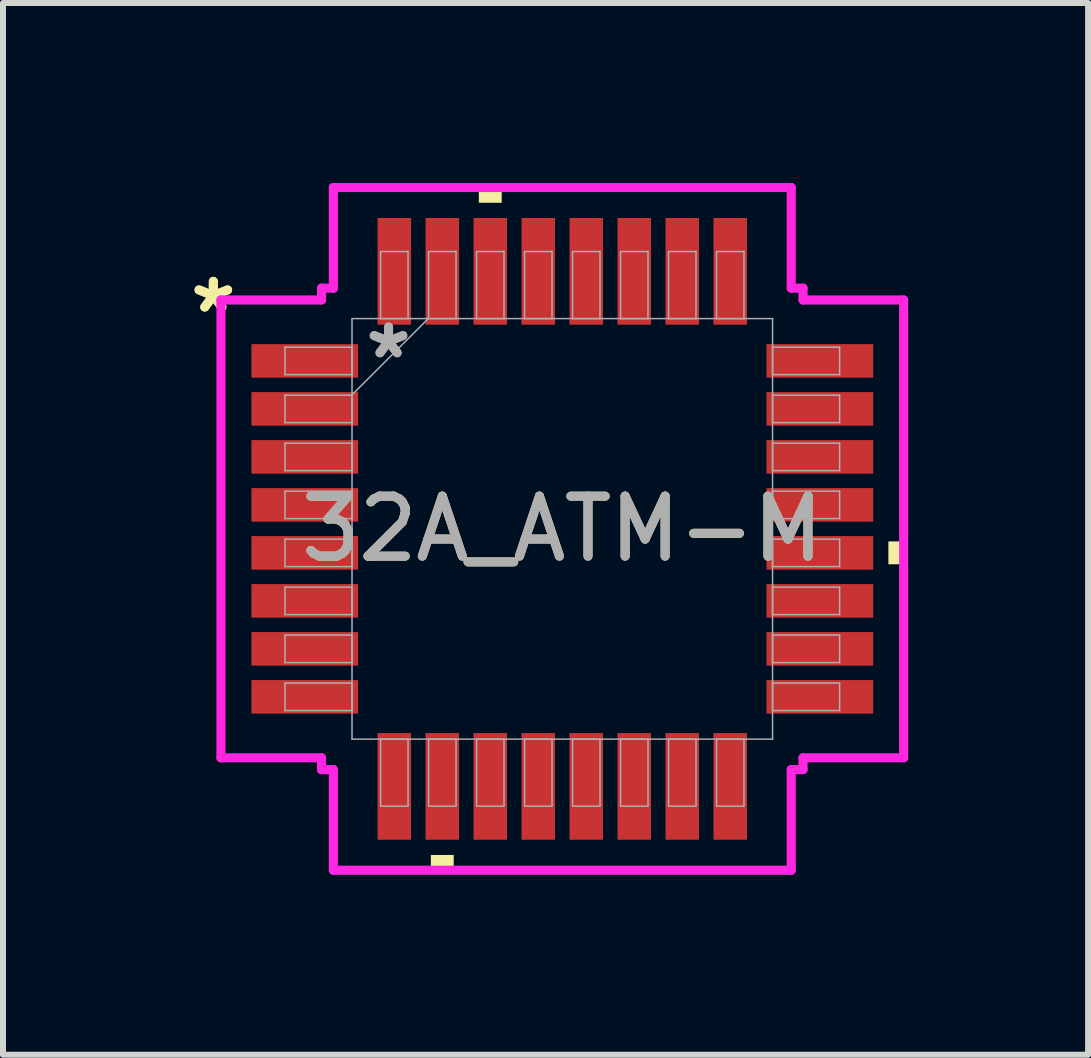
<source format=kicad_pcb>
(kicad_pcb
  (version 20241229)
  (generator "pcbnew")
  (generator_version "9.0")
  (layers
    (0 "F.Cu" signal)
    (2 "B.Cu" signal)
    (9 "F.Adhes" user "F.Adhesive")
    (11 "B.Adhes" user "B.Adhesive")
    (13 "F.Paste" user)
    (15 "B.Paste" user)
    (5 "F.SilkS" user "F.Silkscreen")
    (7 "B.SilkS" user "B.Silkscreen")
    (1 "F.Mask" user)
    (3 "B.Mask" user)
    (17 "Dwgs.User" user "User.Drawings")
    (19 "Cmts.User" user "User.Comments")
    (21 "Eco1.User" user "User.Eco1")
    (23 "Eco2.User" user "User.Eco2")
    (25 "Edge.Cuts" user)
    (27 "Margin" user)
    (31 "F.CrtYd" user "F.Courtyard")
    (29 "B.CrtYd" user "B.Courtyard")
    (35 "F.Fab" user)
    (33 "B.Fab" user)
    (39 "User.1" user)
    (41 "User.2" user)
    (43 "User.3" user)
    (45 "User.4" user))
  (footprint "32A_ATM-M"
    (layer "F.Cu")
    (at 6.323 5.766)
    (property "Reference" "32A_ATM-M" (at 0 0 0) (unlocked yes) (layer "F.SilkS") (effects (font (size 1 1) (thickness 0.15))))
    (attr smd)
    (fp_poly (pts (xy -2.191 5.436) (xy -2.191 5.69) (xy -1.81 5.69) (xy -1.81 5.436)) (stroke (width 0) (type solid)) (fill yes) (layer "F.SilkS"))
    (fp_poly (pts (xy -1.391 -5.436) (xy -1.391 -5.69) (xy -1.01 -5.69) (xy -1.01 -5.436)) (stroke (width 0) (type solid)) (fill yes) (layer "F.SilkS"))
    (fp_poly (pts (xy 5.69 0.209) (xy 5.69 0.59) (xy 5.436 0.59) (xy 5.436 0.209)) (stroke (width 0) (type solid)) (fill yes) (layer "F.SilkS"))
    (fp_line (start -5.69 -3.816) (end -4.013 -3.816) (stroke (width 0.152) (type solid)) (layer "F.CrtYd"))
    (fp_line (start -5.69 3.816) (end -5.69 -3.816) (stroke (width 0.152) (type solid)) (layer "F.CrtYd"))
    (fp_line (start -5.69 3.816) (end -4.013 3.816) (stroke (width 0.152) (type solid)) (layer "F.CrtYd"))
    (fp_line (start -4.013 -4.013) (end -3.816 -4.013) (stroke (width 0.152) (type solid)) (layer "F.CrtYd"))
    (fp_line (start -4.013 -3.816) (end -4.013 -4.013) (stroke (width 0.152) (type solid)) (layer "F.CrtYd"))
    (fp_line (start -4.013 4.013) (end -4.013 3.816) (stroke (width 0.152) (type solid)) (layer "F.CrtYd"))
    (fp_line (start -3.816 -5.69) (end 3.816 -5.69) (stroke (width 0.152) (type solid)) (layer "F.CrtYd"))
    (fp_line (start -3.816 -4.013) (end -3.816 -5.69) (stroke (width 0.152) (type solid)) (layer "F.CrtYd"))
    (fp_line (start -3.816 4.013) (end -4.013 4.013) (stroke (width 0.152) (type solid)) (layer "F.CrtYd"))
    (fp_line (start -3.816 5.69) (end -3.816 4.013) (stroke (width 0.152) (type solid)) (layer "F.CrtYd"))
    (fp_line (start 3.816 -5.69) (end 3.816 -4.013) (stroke (width 0.152) (type solid)) (layer "F.CrtYd"))
    (fp_line (start 3.816 -4.013) (end 4.013 -4.013) (stroke (width 0.152) (type solid)) (layer "F.CrtYd"))
    (fp_line (start 3.816 4.013) (end 3.816 5.69) (stroke (width 0.152) (type solid)) (layer "F.CrtYd"))
    (fp_line (start 3.816 5.69) (end -3.816 5.69) (stroke (width 0.152) (type solid)) (layer "F.CrtYd"))
    (fp_line (start 4.013 -4.013) (end 4.013 -3.816) (stroke (width 0.152) (type solid)) (layer "F.CrtYd"))
    (fp_line (start 4.013 -3.816) (end 5.69 -3.816) (stroke (width 0.152) (type solid)) (layer "F.CrtYd"))
    (fp_line (start 4.013 3.816) (end 4.013 4.013) (stroke (width 0.152) (type solid)) (layer "F.CrtYd"))
    (fp_line (start 4.013 4.013) (end 3.816 4.013) (stroke (width 0.152) (type solid)) (layer "F.CrtYd"))
    (fp_line (start 5.69 -3.816) (end 5.69 3.816) (stroke (width 0.152) (type solid)) (layer "F.CrtYd"))
    (fp_line (start 5.69 3.816) (end 4.013 3.816) (stroke (width 0.152) (type solid)) (layer "F.CrtYd"))
    (fp_line (start -4.623 -3.029) (end -4.623 -2.571) (stroke (width 0.025) (type solid)) (layer "F.Fab"))
    (fp_line (start -4.623 -2.571) (end -3.505 -2.571) (stroke (width 0.025) (type solid)) (layer "F.Fab"))
    (fp_line (start -4.623 -2.229) (end -4.623 -1.771) (stroke (width 0.025) (type solid)) (layer "F.Fab"))
    (fp_line (start -4.623 -1.771) (end -3.505 -1.771) (stroke (width 0.025) (type solid)) (layer "F.Fab"))
    (fp_line (start -4.623 -1.429) (end -4.623 -0.971) (stroke (width 0.025) (type solid)) (layer "F.Fab"))
    (fp_line (start -4.623 -0.971) (end -3.505 -0.971) (stroke (width 0.025) (type solid)) (layer "F.Fab"))
    (fp_line (start -4.623 -0.629) (end -4.623 -0.171) (stroke (width 0.025) (type solid)) (layer "F.Fab"))
    (fp_line (start -4.623 -0.171) (end -3.505 -0.171) (stroke (width 0.025) (type solid)) (layer "F.Fab"))
    (fp_line (start -4.623 0.171) (end -4.623 0.629) (stroke (width 0.025) (type solid)) (layer "F.Fab"))
    (fp_line (start -4.623 0.629) (end -3.505 0.629) (stroke (width 0.025) (type solid)) (layer "F.Fab"))
    (fp_line (start -4.623 0.971) (end -4.623 1.429) (stroke (width 0.025) (type solid)) (layer "F.Fab"))
    (fp_line (start -4.623 1.429) (end -3.505 1.429) (stroke (width 0.025) (type solid)) (layer "F.Fab"))
    (fp_line (start -4.623 1.771) (end -4.623 2.229) (stroke (width 0.025) (type solid)) (layer "F.Fab"))
    (fp_line (start -4.623 2.229) (end -3.505 2.229) (stroke (width 0.025) (type solid)) (layer "F.Fab"))
    (fp_line (start -4.623 2.571) (end -4.623 3.029) (stroke (width 0.025) (type solid)) (layer "F.Fab"))
    (fp_line (start -4.623 3.029) (end -3.505 3.029) (stroke (width 0.025) (type solid)) (layer "F.Fab"))
    (fp_line (start -3.505 -3.505) (end -3.505 3.505) (stroke (width 0.025) (type solid)) (layer "F.Fab"))
    (fp_line (start -3.505 -3.029) (end -4.623 -3.029) (stroke (width 0.025) (type solid)) (layer "F.Fab"))
    (fp_line (start -3.505 -2.571) (end -3.505 -3.029) (stroke (width 0.025) (type solid)) (layer "F.Fab"))
    (fp_line (start -3.505 -2.235) (end -2.235 -3.505) (stroke (width 0.025) (type solid)) (layer "F.Fab"))
    (fp_line (start -3.505 -2.229) (end -4.623 -2.229) (stroke (width 0.025) (type solid)) (layer "F.Fab"))
    (fp_line (start -3.505 -1.771) (end -3.505 -2.229) (stroke (width 0.025) (type solid)) (layer "F.Fab"))
    (fp_line (start -3.505 -1.429) (end -4.623 -1.429) (stroke (width 0.025) (type solid)) (layer "F.Fab"))
    (fp_line (start -3.505 -0.971) (end -3.505 -1.429) (stroke (width 0.025) (type solid)) (layer "F.Fab"))
    (fp_line (start -3.505 -0.629) (end -4.623 -0.629) (stroke (width 0.025) (type solid)) (layer "F.Fab"))
    (fp_line (start -3.505 -0.171) (end -3.505 -0.629) (stroke (width 0.025) (type solid)) (layer "F.Fab"))
    (fp_line (start -3.505 0.171) (end -4.623 0.171) (stroke (width 0.025) (type solid)) (layer "F.Fab"))
    (fp_line (start -3.505 0.629) (end -3.505 0.171) (stroke (width 0.025) (type solid)) (layer "F.Fab"))
    (fp_line (start -3.505 0.971) (end -4.623 0.971) (stroke (width 0.025) (type solid)) (layer "F.Fab"))
    (fp_line (start -3.505 1.429) (end -3.505 0.971) (stroke (width 0.025) (type solid)) (layer "F.Fab"))
    (fp_line (start -3.505 1.771) (end -4.623 1.771) (stroke (width 0.025) (type solid)) (layer "F.Fab"))
    (fp_line (start -3.505 2.229) (end -3.505 1.771) (stroke (width 0.025) (type solid)) (layer "F.Fab"))
    (fp_line (start -3.505 2.571) (end -4.623 2.571) (stroke (width 0.025) (type solid)) (layer "F.Fab"))
    (fp_line (start -3.505 3.029) (end -3.505 2.571) (stroke (width 0.025) (type solid)) (layer "F.Fab"))
    (fp_line (start -3.505 3.505) (end 3.505 3.505) (stroke (width 0.025) (type solid)) (layer "F.Fab"))
    (fp_line (start -3.029 -4.623) (end -3.029 -3.505) (stroke (width 0.025) (type solid)) (layer "F.Fab"))
    (fp_line (start -3.029 -3.505) (end -2.571 -3.505) (stroke (width 0.025) (type solid)) (layer "F.Fab"))
    (fp_line (start -3.029 3.505) (end -3.029 4.623) (stroke (width 0.025) (type solid)) (layer "F.Fab"))
    (fp_line (start -3.029 4.623) (end -2.571 4.623) (stroke (width 0.025) (type solid)) (layer "F.Fab"))
    (fp_line (start -2.571 -4.623) (end -3.029 -4.623) (stroke (width 0.025) (type solid)) (layer "F.Fab"))
    (fp_line (start -2.571 -3.505) (end -2.571 -4.623) (stroke (width 0.025) (type solid)) (layer "F.Fab"))
    (fp_line (start -2.571 3.505) (end -3.029 3.505) (stroke (width 0.025) (type solid)) (layer "F.Fab"))
    (fp_line (start -2.571 4.623) (end -2.571 3.505) (stroke (width 0.025) (type solid)) (layer "F.Fab"))
    (fp_line (start -2.229 -4.623) (end -2.229 -3.505) (stroke (width 0.025) (type solid)) (layer "F.Fab"))
    (fp_line (start -2.229 -3.505) (end -1.771 -3.505) (stroke (width 0.025) (type solid)) (layer "F.Fab"))
    (fp_line (start -2.229 3.505) (end -2.229 4.623) (stroke (width 0.025) (type solid)) (layer "F.Fab"))
    (fp_line (start -2.229 4.623) (end -1.771 4.623) (stroke (width 0.025) (type solid)) (layer "F.Fab"))
    (fp_line (start -1.771 -4.623) (end -2.229 -4.623) (stroke (width 0.025) (type solid)) (layer "F.Fab"))
    (fp_line (start -1.771 -3.505) (end -1.771 -4.623) (stroke (width 0.025) (type solid)) (layer "F.Fab"))
    (fp_line (start -1.771 3.505) (end -2.229 3.505) (stroke (width 0.025) (type solid)) (layer "F.Fab"))
    (fp_line (start -1.771 4.623) (end -1.771 3.505) (stroke (width 0.025) (type solid)) (layer "F.Fab"))
    (fp_line (start -1.429 -4.623) (end -1.429 -3.505) (stroke (width 0.025) (type solid)) (layer "F.Fab"))
    (fp_line (start -1.429 -3.505) (end -0.971 -3.505) (stroke (width 0.025) (type solid)) (layer "F.Fab"))
    (fp_line (start -1.429 3.505) (end -1.429 4.623) (stroke (width 0.025) (type solid)) (layer "F.Fab"))
    (fp_line (start -1.429 4.623) (end -0.971 4.623) (stroke (width 0.025) (type solid)) (layer "F.Fab"))
    (fp_line (start -0.971 -4.623) (end -1.429 -4.623) (stroke (width 0.025) (type solid)) (layer "F.Fab"))
    (fp_line (start -0.971 -3.505) (end -0.971 -4.623) (stroke (width 0.025) (type solid)) (layer "F.Fab"))
    (fp_line (start -0.971 3.505) (end -1.429 3.505) (stroke (width 0.025) (type solid)) (layer "F.Fab"))
    (fp_line (start -0.971 4.623) (end -0.971 3.505) (stroke (width 0.025) (type solid)) (layer "F.Fab"))
    (fp_line (start -0.629 -4.623) (end -0.629 -3.505) (stroke (width 0.025) (type solid)) (layer "F.Fab"))
    (fp_line (start -0.629 -3.505) (end -0.171 -3.505) (stroke (width 0.025) (type solid)) (layer "F.Fab"))
    (fp_line (start -0.629 3.505) (end -0.629 4.623) (stroke (width 0.025) (type solid)) (layer "F.Fab"))
    (fp_line (start -0.629 4.623) (end -0.171 4.623) (stroke (width 0.025) (type solid)) (layer "F.Fab"))
    (fp_line (start -0.171 -4.623) (end -0.629 -4.623) (stroke (width 0.025) (type solid)) (layer "F.Fab"))
    (fp_line (start -0.171 -3.505) (end -0.171 -4.623) (stroke (width 0.025) (type solid)) (layer "F.Fab"))
    (fp_line (start -0.171 3.505) (end -0.629 3.505) (stroke (width 0.025) (type solid)) (layer "F.Fab"))
    (fp_line (start -0.171 4.623) (end -0.171 3.505) (stroke (width 0.025) (type solid)) (layer "F.Fab"))
    (fp_line (start 0.171 -4.623) (end 0.171 -3.505) (stroke (width 0.025) (type solid)) (layer "F.Fab"))
    (fp_line (start 0.171 -3.505) (end 0.629 -3.505) (stroke (width 0.025) (type solid)) (layer "F.Fab"))
    (fp_line (start 0.171 3.505) (end 0.171 4.623) (stroke (width 0.025) (type solid)) (layer "F.Fab"))
    (fp_line (start 0.171 4.623) (end 0.629 4.623) (stroke (width 0.025) (type solid)) (layer "F.Fab"))
    (fp_line (start 0.629 -4.623) (end 0.171 -4.623) (stroke (width 0.025) (type solid)) (layer "F.Fab"))
    (fp_line (start 0.629 -3.505) (end 0.629 -4.623) (stroke (width 0.025) (type solid)) (layer "F.Fab"))
    (fp_line (start 0.629 3.505) (end 0.171 3.505) (stroke (width 0.025) (type solid)) (layer "F.Fab"))
    (fp_line (start 0.629 4.623) (end 0.629 3.505) (stroke (width 0.025) (type solid)) (layer "F.Fab"))
    (fp_line (start 0.971 -4.623) (end 0.971 -3.505) (stroke (width 0.025) (type solid)) (layer "F.Fab"))
    (fp_line (start 0.971 -3.505) (end 1.429 -3.505) (stroke (width 0.025) (type solid)) (layer "F.Fab"))
    (fp_line (start 0.971 3.505) (end 0.971 4.623) (stroke (width 0.025) (type solid)) (layer "F.Fab"))
    (fp_line (start 0.971 4.623) (end 1.429 4.623) (stroke (width 0.025) (type solid)) (layer "F.Fab"))
    (fp_line (start 1.429 -4.623) (end 0.971 -4.623) (stroke (width 0.025) (type solid)) (layer "F.Fab"))
    (fp_line (start 1.429 -3.505) (end 1.429 -4.623) (stroke (width 0.025) (type solid)) (layer "F.Fab"))
    (fp_line (start 1.429 3.505) (end 0.971 3.505) (stroke (width 0.025) (type solid)) (layer "F.Fab"))
    (fp_line (start 1.429 4.623) (end 1.429 3.505) (stroke (width 0.025) (type solid)) (layer "F.Fab"))
    (fp_line (start 1.771 -4.623) (end 1.771 -3.505) (stroke (width 0.025) (type solid)) (layer "F.Fab"))
    (fp_line (start 1.771 -3.505) (end 2.229 -3.505) (stroke (width 0.025) (type solid)) (layer "F.Fab"))
    (fp_line (start 1.771 3.505) (end 1.771 4.623) (stroke (width 0.025) (type solid)) (layer "F.Fab"))
    (fp_line (start 1.771 4.623) (end 2.229 4.623) (stroke (width 0.025) (type solid)) (layer "F.Fab"))
    (fp_line (start 2.229 -4.623) (end 1.771 -4.623) (stroke (width 0.025) (type solid)) (layer "F.Fab"))
    (fp_line (start 2.229 -3.505) (end 2.229 -4.623) (stroke (width 0.025) (type solid)) (layer "F.Fab"))
    (fp_line (start 2.229 3.505) (end 1.771 3.505) (stroke (width 0.025) (type solid)) (layer "F.Fab"))
    (fp_line (start 2.229 4.623) (end 2.229 3.505) (stroke (width 0.025) (type solid)) (layer "F.Fab"))
    (fp_line (start 2.571 -4.623) (end 2.571 -3.505) (stroke (width 0.025) (type solid)) (layer "F.Fab"))
    (fp_line (start 2.571 -3.505) (end 3.029 -3.505) (stroke (width 0.025) (type solid)) (layer "F.Fab"))
    (fp_line (start 2.571 3.505) (end 2.571 4.623) (stroke (width 0.025) (type solid)) (layer "F.Fab"))
    (fp_line (start 2.571 4.623) (end 3.029 4.623) (stroke (width 0.025) (type solid)) (layer "F.Fab"))
    (fp_line (start 3.029 -4.623) (end 2.571 -4.623) (stroke (width 0.025) (type solid)) (layer "F.Fab"))
    (fp_line (start 3.029 -3.505) (end 3.029 -4.623) (stroke (width 0.025) (type solid)) (layer "F.Fab"))
    (fp_line (start 3.029 3.505) (end 2.571 3.505) (stroke (width 0.025) (type solid)) (layer "F.Fab"))
    (fp_line (start 3.029 4.623) (end 3.029 3.505) (stroke (width 0.025) (type solid)) (layer "F.Fab"))
    (fp_line (start 3.505 -3.505) (end -3.505 -3.505) (stroke (width 0.025) (type solid)) (layer "F.Fab"))
    (fp_line (start 3.505 -3.029) (end 3.505 -2.571) (stroke (width 0.025) (type solid)) (layer "F.Fab"))
    (fp_line (start 3.505 -2.571) (end 4.623 -2.571) (stroke (width 0.025) (type solid)) (layer "F.Fab"))
    (fp_line (start 3.505 -2.229) (end 3.505 -1.771) (stroke (width 0.025) (type solid)) (layer "F.Fab"))
    (fp_line (start 3.505 -1.771) (end 4.623 -1.771) (stroke (width 0.025) (type solid)) (layer "F.Fab"))
    (fp_line (start 3.505 -1.429) (end 3.505 -0.971) (stroke (width 0.025) (type solid)) (layer "F.Fab"))
    (fp_line (start 3.505 -0.971) (end 4.623 -0.971) (stroke (width 0.025) (type solid)) (layer "F.Fab"))
    (fp_line (start 3.505 -0.629) (end 3.505 -0.171) (stroke (width 0.025) (type solid)) (layer "F.Fab"))
    (fp_line (start 3.505 -0.171) (end 4.623 -0.171) (stroke (width 0.025) (type solid)) (layer "F.Fab"))
    (fp_line (start 3.505 0.171) (end 3.505 0.629) (stroke (width 0.025) (type solid)) (layer "F.Fab"))
    (fp_line (start 3.505 0.629) (end 4.623 0.629) (stroke (width 0.025) (type solid)) (layer "F.Fab"))
    (fp_line (start 3.505 0.971) (end 3.505 1.429) (stroke (width 0.025) (type solid)) (layer "F.Fab"))
    (fp_line (start 3.505 1.429) (end 4.623 1.429) (stroke (width 0.025) (type solid)) (layer "F.Fab"))
    (fp_line (start 3.505 1.771) (end 3.505 2.229) (stroke (width 0.025) (type solid)) (layer "F.Fab"))
    (fp_line (start 3.505 2.229) (end 4.623 2.229) (stroke (width 0.025) (type solid)) (layer "F.Fab"))
    (fp_line (start 3.505 2.571) (end 3.505 3.029) (stroke (width 0.025) (type solid)) (layer "F.Fab"))
    (fp_line (start 3.505 3.029) (end 4.623 3.029) (stroke (width 0.025) (type solid)) (layer "F.Fab"))
    (fp_line (start 3.505 3.505) (end 3.505 -3.505) (stroke (width 0.025) (type solid)) (layer "F.Fab"))
    (fp_line (start 4.623 -3.029) (end 3.505 -3.029) (stroke (width 0.025) (type solid)) (layer "F.Fab"))
    (fp_line (start 4.623 -2.571) (end 4.623 -3.029) (stroke (width 0.025) (type solid)) (layer "F.Fab"))
    (fp_line (start 4.623 -2.229) (end 3.505 -2.229) (stroke (width 0.025) (type solid)) (layer "F.Fab"))
    (fp_line (start 4.623 -1.771) (end 4.623 -2.229) (stroke (width 0.025) (type solid)) (layer "F.Fab"))
    (fp_line (start 4.623 -1.429) (end 3.505 -1.429) (stroke (width 0.025) (type solid)) (layer "F.Fab"))
    (fp_line (start 4.623 -0.971) (end 4.623 -1.429) (stroke (width 0.025) (type solid)) (layer "F.Fab"))
    (fp_line (start 4.623 -0.629) (end 3.505 -0.629) (stroke (width 0.025) (type solid)) (layer "F.Fab"))
    (fp_line (start 4.623 -0.171) (end 4.623 -0.629) (stroke (width 0.025) (type solid)) (layer "F.Fab"))
    (fp_line (start 4.623 0.171) (end 3.505 0.171) (stroke (width 0.025) (type solid)) (layer "F.Fab"))
    (fp_line (start 4.623 0.629) (end 4.623 0.171) (stroke (width 0.025) (type solid)) (layer "F.Fab"))
    (fp_line (start 4.623 0.971) (end 3.505 0.971) (stroke (width 0.025) (type solid)) (layer "F.Fab"))
    (fp_line (start 4.623 1.429) (end 4.623 0.971) (stroke (width 0.025) (type solid)) (layer "F.Fab"))
    (fp_line (start 4.623 1.771) (end 3.505 1.771) (stroke (width 0.025) (type solid)) (layer "F.Fab"))
    (fp_line (start 4.623 2.229) (end 4.623 1.771) (stroke (width 0.025) (type solid)) (layer "F.Fab"))
    (fp_line (start 4.623 2.571) (end 3.505 2.571) (stroke (width 0.025) (type solid)) (layer "F.Fab"))
    (fp_line (start 4.623 3.029) (end 4.623 2.571) (stroke (width 0.025) (type solid)) (layer "F.Fab"))
    (fp_text user "*" (at -5.817 -3.581 0) (unlocked yes) (layer "F.SilkS") (effects (font (size 1 1) (thickness 0.15))))
    (fp_text user "*" (at -5.817 -3.581 0) (layer "F.SilkS") (effects (font (size 1 1) (thickness 0.15))))
    (fp_text user "${REFERENCE}" (at 0 0 0) (unlocked yes) (layer "F.Fab") (effects (font (size 1 1) (thickness 0.15))))
    (fp_text user "*" (at -2.896 -2.819 0) (layer "F.Fab") (effects (font (size 1 1) (thickness 0.15))))
    (fp_text user "*" (at -2.896 -2.819 0) (unlocked yes) (layer "F.Fab") (effects (font (size 1 1) (thickness 0.15))))
    (pad "1" smd rect (at -4.293 -2.8 90) (size 0.559 1.778) (layers "F.Cu" "F.Mask" "F.Paste"))
    (pad "2" smd rect (at -4.293 -2 90) (size 0.559 1.778) (layers "F.Cu" "F.Mask" "F.Paste"))
    (pad "3" smd rect (at -4.293 -1.2 90) (size 0.559 1.778) (layers "F.Cu" "F.Mask" "F.Paste"))
    (pad "4" smd rect (at -4.293 -0.4 90) (size 0.559 1.778) (layers "F.Cu" "F.Mask" "F.Paste"))
    (pad "5" smd rect (at -4.293 0.4 90) (size 0.559 1.778) (layers "F.Cu" "F.Mask" "F.Paste"))
    (pad "6" smd rect (at -4.293 1.2 90) (size 0.559 1.778) (layers "F.Cu" "F.Mask" "F.Paste"))
    (pad "7" smd rect (at -4.293 2 90) (size 0.559 1.778) (layers "F.Cu" "F.Mask" "F.Paste"))
    (pad "8" smd rect (at -4.293 2.8 90) (size 0.559 1.778) (layers "F.Cu" "F.Mask" "F.Paste"))
    (pad "9" smd rect (at -2.8 4.293) (size 0.559 1.778) (layers "F.Cu" "F.Mask" "F.Paste"))
    (pad "10" smd rect (at -2 4.293) (size 0.559 1.778) (layers "F.Cu" "F.Mask" "F.Paste"))
    (pad "11" smd rect (at -1.2 4.293) (size 0.559 1.778) (layers "F.Cu" "F.Mask" "F.Paste"))
    (pad "12" smd rect (at -0.4 4.293) (size 0.559 1.778) (layers "F.Cu" "F.Mask" "F.Paste"))
    (pad "13" smd rect (at 0.4 4.293) (size 0.559 1.778) (layers "F.Cu" "F.Mask" "F.Paste"))
    (pad "14" smd rect (at 1.2 4.293) (size 0.559 1.778) (layers "F.Cu" "F.Mask" "F.Paste"))
    (pad "15" smd rect (at 2 4.293) (size 0.559 1.778) (layers "F.Cu" "F.Mask" "F.Paste"))
    (pad "16" smd rect (at 2.8 4.293) (size 0.559 1.778) (layers "F.Cu" "F.Mask" "F.Paste"))
    (pad "17" smd rect (at 4.293 2.8 90) (size 0.559 1.778) (layers "F.Cu" "F.Mask" "F.Paste"))
    (pad "18" smd rect (at 4.293 2 90) (size 0.559 1.778) (layers "F.Cu" "F.Mask" "F.Paste"))
    (pad "19" smd rect (at 4.293 1.2 90) (size 0.559 1.778) (layers "F.Cu" "F.Mask" "F.Paste"))
    (pad "20" smd rect (at 4.293 0.4 90) (size 0.559 1.778) (layers "F.Cu" "F.Mask" "F.Paste"))
    (pad "21" smd rect (at 4.293 -0.4 90) (size 0.559 1.778) (layers "F.Cu" "F.Mask" "F.Paste"))
    (pad "22" smd rect (at 4.293 -1.2 90) (size 0.559 1.778) (layers "F.Cu" "F.Mask" "F.Paste"))
    (pad "23" smd rect (at 4.293 -2 90) (size 0.559 1.778) (layers "F.Cu" "F.Mask" "F.Paste"))
    (pad "24" smd rect (at 4.293 -2.8 90) (size 0.559 1.778) (layers "F.Cu" "F.Mask" "F.Paste"))
    (pad "25" smd rect (at 2.8 -4.293) (size 0.559 1.778) (layers "F.Cu" "F.Mask" "F.Paste"))
    (pad "26" smd rect (at 2 -4.293) (size 0.559 1.778) (layers "F.Cu" "F.Mask" "F.Paste"))
    (pad "27" smd rect (at 1.2 -4.293) (size 0.559 1.778) (layers "F.Cu" "F.Mask" "F.Paste"))
    (pad "28" smd rect (at 0.4 -4.293) (size 0.559 1.778) (layers "F.Cu" "F.Mask" "F.Paste"))
    (pad "29" smd rect (at -0.4 -4.293) (size 0.559 1.778) (layers "F.Cu" "F.Mask" "F.Paste"))
    (pad "30" smd rect (at -1.2 -4.293) (size 0.559 1.778) (layers "F.Cu" "F.Mask" "F.Paste"))
    (pad "31" smd rect (at -2 -4.293) (size 0.559 1.778) (layers "F.Cu" "F.Mask" "F.Paste"))
    (pad "32" smd rect (at -2.8 -4.293) (size 0.559 1.778) (layers "F.Cu" "F.Mask" "F.Paste")))
  (gr_rect
    (start -3 -3)
    (end 15.088 14.532)
    (stroke (width 0.1) (type default))
    (fill no)
    (layer "Edge.Cuts")))
</source>
